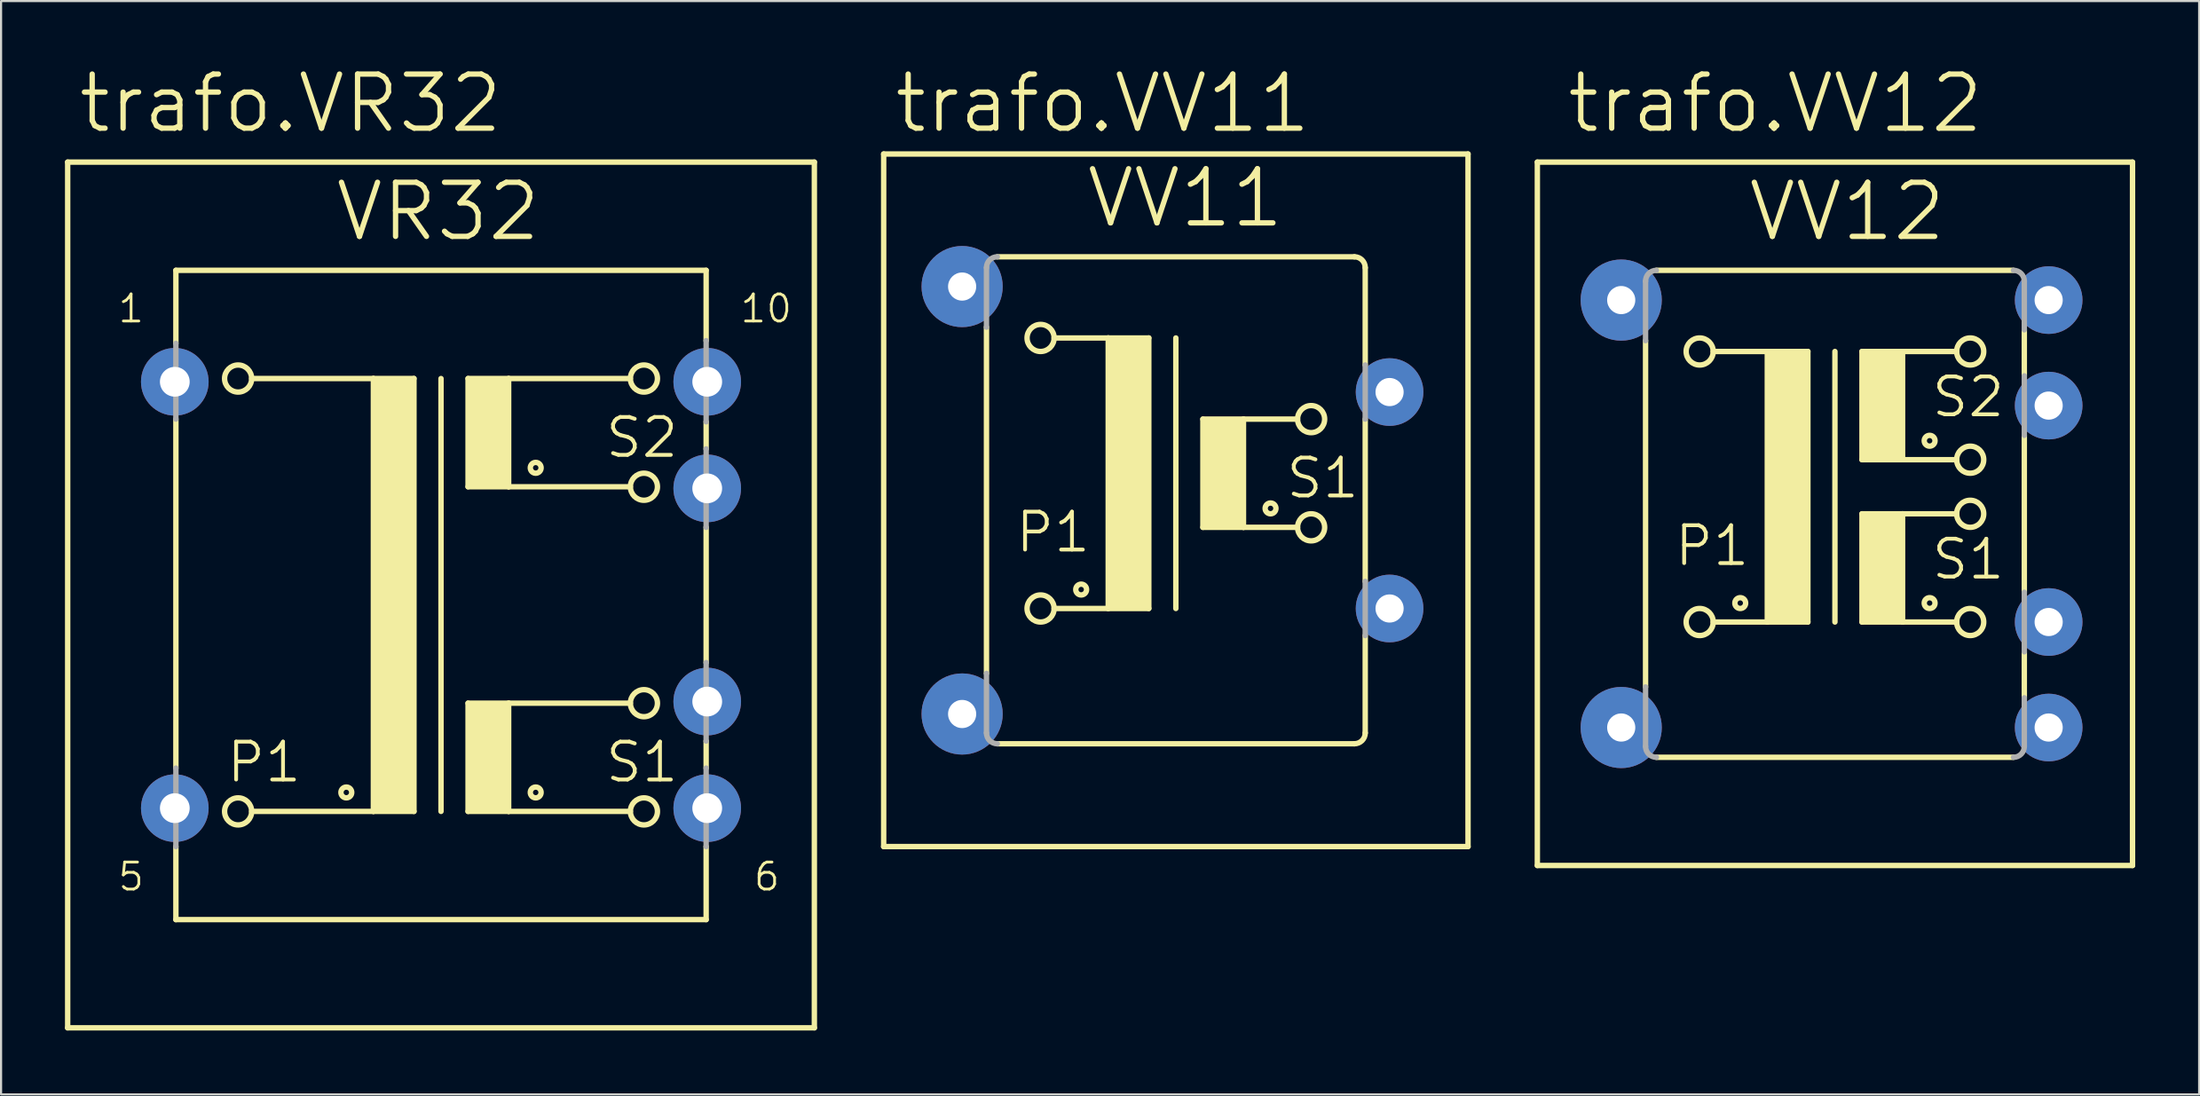
<source format=kicad_pcb>
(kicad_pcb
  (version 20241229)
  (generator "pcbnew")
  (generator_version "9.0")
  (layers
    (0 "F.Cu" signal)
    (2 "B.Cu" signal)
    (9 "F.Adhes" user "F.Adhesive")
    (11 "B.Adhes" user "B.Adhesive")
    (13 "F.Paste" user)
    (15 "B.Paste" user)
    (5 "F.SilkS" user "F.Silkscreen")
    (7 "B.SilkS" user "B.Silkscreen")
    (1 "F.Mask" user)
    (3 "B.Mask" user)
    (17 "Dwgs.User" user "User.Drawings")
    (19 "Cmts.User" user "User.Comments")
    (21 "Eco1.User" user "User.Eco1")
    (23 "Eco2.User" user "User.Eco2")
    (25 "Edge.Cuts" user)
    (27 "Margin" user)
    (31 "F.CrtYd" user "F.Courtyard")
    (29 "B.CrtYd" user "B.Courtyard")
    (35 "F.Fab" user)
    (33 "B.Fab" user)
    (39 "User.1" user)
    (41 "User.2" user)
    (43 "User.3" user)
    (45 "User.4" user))
  (footprint "trafo.VV12"
    (layer "F.Cu")
    (at 83.089 21.07)
    (property "Reference" "trafo.VV12" (at -12.7 -17.78 0) (layer "F.SilkS") (effects (font (size 2.54 2.54) (thickness 0.25)) (justify left bottom)))
    (attr through_hole)
    (fp_line (start -13.97 -16.51) (end 13.97 -16.51) (stroke (width 0.254) (type default)) (layer "F.SilkS"))
    (fp_line (start -13.97 16.51) (end -13.97 -16.51) (stroke (width 0.254) (type default)) (layer "F.SilkS"))
    (fp_line (start -8.89 -8.128) (end -8.89 8.128) (stroke (width 0.254) (type default)) (layer "F.SilkS"))
    (fp_line (start -8.382 11.43) (end 8.382 11.43) (stroke (width 0.254) (type default)) (layer "F.SilkS"))
    (fp_line (start -5.715 -7.62) (end -3.175 -7.62) (stroke (width 0.254) (type default)) (layer "F.SilkS"))
    (fp_line (start -3.175 -7.62) (end -3.175 5.08) (stroke (width 0.254) (type default)) (layer "F.SilkS"))
    (fp_line (start -3.175 -7.62) (end -1.27 -7.62) (stroke (width 0.254) (type default)) (layer "F.SilkS"))
    (fp_line (start -3.175 5.08) (end -5.715 5.08) (stroke (width 0.254) (type default)) (layer "F.SilkS"))
    (fp_line (start -1.27 -7.62) (end -1.27 5.08) (stroke (width 0.254) (type default)) (layer "F.SilkS"))
    (fp_line (start -1.27 5.08) (end -3.175 5.08) (stroke (width 0.254) (type default)) (layer "F.SilkS"))
    (fp_line (start 0 -7.62) (end 0 5.08) (stroke (width 0.254) (type default)) (layer "F.SilkS"))
    (fp_line (start 1.27 -7.62) (end 1.27 -2.54) (stroke (width 0.254) (type default)) (layer "F.SilkS"))
    (fp_line (start 1.27 -7.62) (end 3.175 -7.62) (stroke (width 0.254) (type default)) (layer "F.SilkS"))
    (fp_line (start 1.27 -2.54) (end 3.175 -2.54) (stroke (width 0.254) (type default)) (layer "F.SilkS"))
    (fp_line (start 1.27 0) (end 1.27 5.08) (stroke (width 0.254) (type default)) (layer "F.SilkS"))
    (fp_line (start 1.27 0) (end 3.175 0) (stroke (width 0.254) (type default)) (layer "F.SilkS"))
    (fp_line (start 1.27 5.08) (end 3.175 5.08) (stroke (width 0.254) (type default)) (layer "F.SilkS"))
    (fp_line (start 3.175 -7.62) (end 5.715 -7.62) (stroke (width 0.254) (type default)) (layer "F.SilkS"))
    (fp_line (start 3.175 -2.54) (end 3.175 -7.62) (stroke (width 0.254) (type default)) (layer "F.SilkS"))
    (fp_line (start 3.175 -2.54) (end 5.715 -2.54) (stroke (width 0.254) (type default)) (layer "F.SilkS"))
    (fp_line (start 3.175 0) (end 5.715 0) (stroke (width 0.254) (type default)) (layer "F.SilkS"))
    (fp_line (start 3.175 5.08) (end 3.175 0) (stroke (width 0.254) (type default)) (layer "F.SilkS"))
    (fp_line (start 3.175 5.08) (end 5.715 5.08) (stroke (width 0.254) (type default)) (layer "F.SilkS"))
    (fp_line (start 8.382 -11.43) (end -8.382 -11.43) (stroke (width 0.254) (type default)) (layer "F.SilkS"))
    (fp_line (start 8.89 -8.636) (end 8.89 -6.477) (stroke (width 0.254) (type default)) (layer "F.SilkS"))
    (fp_line (start 8.89 3.683) (end 8.89 -3.683) (stroke (width 0.254) (type default)) (layer "F.SilkS"))
    (fp_line (start 8.89 6.477) (end 8.89 8.636) (stroke (width 0.254) (type default)) (layer "F.SilkS"))
    (fp_line (start 13.97 16.51) (end -13.97 16.51) (stroke (width 0.254) (type default)) (layer "F.SilkS"))
    (fp_line (start 13.97 16.51) (end 13.97 -16.51) (stroke (width 0.254) (type default)) (layer "F.SilkS"))
    (fp_rect (start -3.175 5.08) (end -1.27 -7.62) (stroke (width 0.05) (type default)) (fill yes) (layer "F.SilkS"))
    (fp_rect (start 1.27 -2.54) (end 3.175 -7.62) (stroke (width 0.05) (type default)) (fill yes) (layer "F.SilkS"))
    (fp_rect (start 1.27 5.08) (end 3.175 0) (stroke (width 0.05) (type default)) (fill yes) (layer "F.SilkS"))
    (fp_circle (center -6.35 -7.62) (end -5.715 -7.62) (stroke (width 0.254) (type default)) (fill no) (layer "F.SilkS"))
    (fp_circle (center -6.35 5.08) (end -5.715 5.08) (stroke (width 0.254) (type default)) (fill no) (layer "F.SilkS"))
    (fp_circle (center -4.445 4.191) (end -4.191 4.191) (stroke (width 0.254) (type default)) (fill no) (layer "F.SilkS"))
    (fp_circle (center 4.445 -3.429) (end 4.699 -3.429) (stroke (width 0.254) (type default)) (fill no) (layer "F.SilkS"))
    (fp_circle (center 4.445 4.191) (end 4.699 4.191) (stroke (width 0.254) (type default)) (fill no) (layer "F.SilkS"))
    (fp_circle (center 6.35 -7.62) (end 6.985 -7.62) (stroke (width 0.254) (type default)) (fill no) (layer "F.SilkS"))
    (fp_circle (center 6.35 -2.54) (end 6.985 -2.54) (stroke (width 0.254) (type default)) (fill no) (layer "F.SilkS"))
    (fp_circle (center 6.35 0) (end 6.985 0) (stroke (width 0.254) (type default)) (fill no) (layer "F.SilkS"))
    (fp_circle (center 6.35 5.08) (end 6.985 5.08) (stroke (width 0.254) (type default)) (fill no) (layer "F.SilkS"))
    (fp_line (start -8.89 -10.922) (end -8.89 -8.128) (stroke (width 0.254) (type default)) (layer "F.Fab"))
    (fp_line (start -8.89 10.922) (end -8.89 8.128) (stroke (width 0.254) (type default)) (layer "F.Fab"))
    (fp_line (start 8.89 -10.922) (end 8.89 -8.636) (stroke (width 0.254) (type default)) (layer "F.Fab"))
    (fp_line (start 8.89 -6.477) (end 8.89 -3.683) (stroke (width 0.254) (type default)) (layer "F.Fab"))
    (fp_line (start 8.89 3.683) (end 8.89 6.477) (stroke (width 0.254) (type default)) (layer "F.Fab"))
    (fp_line (start 8.89 8.636) (end 8.89 10.922) (stroke (width 0.254) (type default)) (layer "F.Fab"))
    (fp_arc (start -8.89 -10.922) (mid -8.74121 -11.28121) (end -8.382 -11.43) (stroke (width 0.254) (type default)) (layer "F.Fab"))
    (fp_arc (start -8.382 11.43) (mid -8.74121 11.28121) (end -8.89 10.922) (stroke (width 0.254) (type default)) (layer "F.Fab"))
    (fp_arc (start 8.382 -11.43) (mid 8.74121 -11.28121) (end 8.89 -10.922) (stroke (width 0.254) (type default)) (layer "F.Fab"))
    (fp_arc (start 8.89 10.922) (mid 8.74121 11.28121) (end 8.382 11.43) (stroke (width 0.254) (type default)) (layer "F.Fab"))
    (fp_text user "S1" (at 4.445 3.175 0) (layer "F.SilkS") (effects (font (size 1.778 1.778) (thickness 0.18)) (justify left bottom)))
    (fp_text user "S2" (at 4.445 -4.445 0) (layer "F.SilkS") (effects (font (size 1.778 1.778) (thickness 0.18)) (justify left bottom)))
    (fp_text user "P1" (at -7.62 2.54 0) (layer "F.SilkS") (effects (font (size 1.778 1.778) (thickness 0.18)) (justify left bottom)))
    (fp_text user "VV12" (at -4.191 -12.7 0) (layer "F.SilkS") (effects (font (size 2.54 2.54) (thickness 0.25)) (justify left bottom)))
    (pad "1" thru_hole circle (at -10.033 -10.033) (size 3.81 3.81) (drill 1.321) (layers "*.Cu" "*.Mask"))
    (pad "5" thru_hole circle (at -10.033 10.033) (size 3.81 3.81) (drill 1.321) (layers "*.Cu" "*.Mask"))
    (pad "6" thru_hole circle (at 10.033 10.033) (size 3.175 3.175) (drill 1.321) (layers "*.Cu" "*.Mask"))
    (pad "7" thru_hole circle (at 10.033 5.08) (size 3.175 3.175) (drill 1.321) (layers "*.Cu" "*.Mask"))
    (pad "9" thru_hole circle (at 10.033 -5.08) (size 3.175 3.175) (drill 1.321) (layers "*.Cu" "*.Mask"))
    (pad "10" thru_hole circle (at 10.033 -10.033) (size 3.175 3.175) (drill 1.321) (layers "*.Cu" "*.Mask")))
  (footprint "trafo.VV11"
    (layer "F.Cu")
    (at 52.149 20.435)
    (property "Reference" "trafo.VV11" (at -13.335 -17.145 0) (layer "F.SilkS") (effects (font (size 2.54 2.54) (thickness 0.25)) (justify left bottom)))
    (attr through_hole)
    (fp_line (start -13.716 16.256) (end -13.716 -16.256) (stroke (width 0.254) (type default)) (layer "F.SilkS"))
    (fp_line (start -8.89 -8.128) (end -8.89 8.128) (stroke (width 0.254) (type default)) (layer "F.SilkS"))
    (fp_line (start -8.382 11.43) (end 8.382 11.43) (stroke (width 0.254) (type default)) (layer "F.SilkS"))
    (fp_line (start -5.715 -7.62) (end -3.175 -7.62) (stroke (width 0.254) (type default)) (layer "F.SilkS"))
    (fp_line (start -3.175 -7.62) (end -3.175 5.08) (stroke (width 0.254) (type default)) (layer "F.SilkS"))
    (fp_line (start -3.175 -7.62) (end -1.27 -7.62) (stroke (width 0.254) (type default)) (layer "F.SilkS"))
    (fp_line (start -3.175 5.08) (end -5.715 5.08) (stroke (width 0.254) (type default)) (layer "F.SilkS"))
    (fp_line (start -1.27 -7.62) (end -1.27 5.08) (stroke (width 0.254) (type default)) (layer "F.SilkS"))
    (fp_line (start -1.27 5.08) (end -3.175 5.08) (stroke (width 0.254) (type default)) (layer "F.SilkS"))
    (fp_line (start 0 -7.62) (end 0 5.08) (stroke (width 0.254) (type default)) (layer "F.SilkS"))
    (fp_line (start 1.27 -3.81) (end 1.27 1.27) (stroke (width 0.254) (type default)) (layer "F.SilkS"))
    (fp_line (start 1.27 -3.81) (end 3.175 -3.81) (stroke (width 0.254) (type default)) (layer "F.SilkS"))
    (fp_line (start 1.27 1.27) (end 3.175 1.27) (stroke (width 0.254) (type default)) (layer "F.SilkS"))
    (fp_line (start 3.175 -3.81) (end 5.715 -3.81) (stroke (width 0.254) (type default)) (layer "F.SilkS"))
    (fp_line (start 3.175 1.27) (end 3.175 -3.81) (stroke (width 0.254) (type default)) (layer "F.SilkS"))
    (fp_line (start 3.175 1.27) (end 5.715 1.27) (stroke (width 0.254) (type default)) (layer "F.SilkS"))
    (fp_line (start 8.382 -11.43) (end -8.382 -11.43) (stroke (width 0.254) (type default)) (layer "F.SilkS"))
    (fp_line (start 8.89 -10.922) (end 8.89 -6.35) (stroke (width 0.254) (type default)) (layer "F.SilkS"))
    (fp_line (start 8.89 3.81) (end 8.89 -3.81) (stroke (width 0.254) (type default)) (layer "F.SilkS"))
    (fp_line (start 8.89 6.35) (end 8.89 10.922) (stroke (width 0.254) (type default)) (layer "F.SilkS"))
    (fp_line (start 13.716 -16.256) (end -13.716 -16.256) (stroke (width 0.254) (type default)) (layer "F.SilkS"))
    (fp_line (start 13.716 16.256) (end -13.716 16.256) (stroke (width 0.254) (type default)) (layer "F.SilkS"))
    (fp_line (start 13.716 16.256) (end 13.716 -16.256) (stroke (width 0.254) (type default)) (layer "F.SilkS"))
    (fp_rect (start -3.175 5.08) (end -1.27 -7.62) (stroke (width 0.05) (type default)) (fill yes) (layer "F.SilkS"))
    (fp_rect (start 1.27 1.27) (end 3.175 -3.81) (stroke (width 0.05) (type default)) (fill yes) (layer "F.SilkS"))
    (fp_arc (start 8.382 -11.43) (mid 8.74121 -11.28121) (end 8.89 -10.922) (stroke (width 0.254) (type default)) (layer "F.SilkS"))
    (fp_arc (start 8.89 10.922) (mid 8.74121 11.28121) (end 8.382 11.43) (stroke (width 0.254) (type default)) (layer "F.SilkS"))
    (fp_circle (center -6.35 -7.62) (end -5.715 -7.62) (stroke (width 0.254) (type default)) (fill no) (layer "F.SilkS"))
    (fp_circle (center -6.35 5.08) (end -5.715 5.08) (stroke (width 0.254) (type default)) (fill no) (layer "F.SilkS"))
    (fp_circle (center -4.445 4.191) (end -4.191 4.191) (stroke (width 0.254) (type default)) (fill no) (layer "F.SilkS"))
    (fp_circle (center 4.445 0.381) (end 4.699 0.381) (stroke (width 0.254) (type default)) (fill no) (layer "F.SilkS"))
    (fp_circle (center 6.35 -3.81) (end 6.985 -3.81) (stroke (width 0.254) (type default)) (fill no) (layer "F.SilkS"))
    (fp_circle (center 6.35 1.27) (end 6.985 1.27) (stroke (width 0.254) (type default)) (fill no) (layer "F.SilkS"))
    (fp_line (start -8.89 -10.922) (end -8.89 -8.128) (stroke (width 0.254) (type default)) (layer "F.Fab"))
    (fp_line (start -8.89 10.922) (end -8.89 8.128) (stroke (width 0.254) (type default)) (layer "F.Fab"))
    (fp_line (start 8.89 -6.35) (end 8.89 -3.81) (stroke (width 0.254) (type default)) (layer "F.Fab"))
    (fp_line (start 8.89 3.81) (end 8.89 6.35) (stroke (width 0.254) (type default)) (layer "F.Fab"))
    (fp_arc (start -8.89 -10.922) (mid -8.74121 -11.28121) (end -8.382 -11.43) (stroke (width 0.254) (type default)) (layer "F.Fab"))
    (fp_arc (start -8.382 11.43) (mid -8.74121 11.28121) (end -8.89 10.922) (stroke (width 0.254) (type default)) (layer "F.Fab"))
    (fp_text user "VV11" (at -4.318 -12.7 0) (layer "F.SilkS") (effects (font (size 2.54 2.54) (thickness 0.25)) (justify left bottom)))
    (fp_text user "P1" (at -7.62 2.54 0) (layer "F.SilkS") (effects (font (size 1.778 1.778) (thickness 0.18)) (justify left bottom)))
    (fp_text user "S1" (at 5.08 0 0) (layer "F.SilkS") (effects (font (size 1.778 1.778) (thickness 0.18)) (justify left bottom)))
    (pad "1" thru_hole circle (at -10.033 -10.033) (size 3.81 3.81) (drill 1.321) (layers "*.Cu" "*.Mask"))
    (pad "5" thru_hole circle (at -10.033 10.033) (size 3.81 3.81) (drill 1.321) (layers "*.Cu" "*.Mask"))
    (pad "7" thru_hole circle (at 10.033 5.08) (size 3.175 3.175) (drill 1.321) (layers "*.Cu" "*.Mask"))
    (pad "9" thru_hole circle (at 10.033 -5.08) (size 3.175 3.175) (drill 1.321) (layers "*.Cu" "*.Mask")))
  (footprint "trafo.VR32"
    (layer "F.Cu")
    (at 17.653 24.88)
    (property "Reference" "trafo.VR32" (at -17.145 -21.59 0) (layer "F.SilkS") (effects (font (size 2.54 2.54) (thickness 0.25)) (justify left bottom)))
    (attr through_hole)
    (fp_line (start -17.526 20.32) (end -17.526 -20.32) (stroke (width 0.254) (type default)) (layer "F.SilkS"))
    (fp_line (start -17.526 20.32) (end 17.526 20.32) (stroke (width 0.254) (type default)) (layer "F.SilkS"))
    (fp_line (start -12.446 -15.24) (end -12.446 -11.811) (stroke (width 0.254) (type default)) (layer "F.SilkS"))
    (fp_line (start -12.446 -8.255) (end -12.446 8.128) (stroke (width 0.254) (type default)) (layer "F.SilkS"))
    (fp_line (start -12.446 11.811) (end -12.446 15.24) (stroke (width 0.254) (type default)) (layer "F.SilkS"))
    (fp_line (start -12.446 15.24) (end 12.446 15.24) (stroke (width 0.254) (type default)) (layer "F.SilkS"))
    (fp_line (start -8.89 -10.16) (end -3.175 -10.16) (stroke (width 0.254) (type default)) (layer "F.SilkS"))
    (fp_line (start -3.175 -10.16) (end -3.175 10.16) (stroke (width 0.254) (type default)) (layer "F.SilkS"))
    (fp_line (start -3.175 -10.16) (end -1.27 -10.16) (stroke (width 0.254) (type default)) (layer "F.SilkS"))
    (fp_line (start -3.175 10.16) (end -8.89 10.16) (stroke (width 0.254) (type default)) (layer "F.SilkS"))
    (fp_line (start -1.27 -10.16) (end -1.27 10.16) (stroke (width 0.254) (type default)) (layer "F.SilkS"))
    (fp_line (start -1.27 10.16) (end -3.175 10.16) (stroke (width 0.254) (type default)) (layer "F.SilkS"))
    (fp_line (start 0 -10.16) (end 0 10.16) (stroke (width 0.254) (type default)) (layer "F.SilkS"))
    (fp_line (start 1.27 -10.16) (end 1.27 -5.08) (stroke (width 0.254) (type default)) (layer "F.SilkS"))
    (fp_line (start 1.27 -10.16) (end 3.175 -10.16) (stroke (width 0.254) (type default)) (layer "F.SilkS"))
    (fp_line (start 1.27 -5.08) (end 3.175 -5.08) (stroke (width 0.254) (type default)) (layer "F.SilkS"))
    (fp_line (start 1.27 5.08) (end 1.27 10.16) (stroke (width 0.254) (type default)) (layer "F.SilkS"))
    (fp_line (start 1.27 5.08) (end 3.175 5.08) (stroke (width 0.254) (type default)) (layer "F.SilkS"))
    (fp_line (start 1.27 10.16) (end 3.175 10.16) (stroke (width 0.254) (type default)) (layer "F.SilkS"))
    (fp_line (start 3.175 -10.16) (end 8.89 -10.16) (stroke (width 0.254) (type default)) (layer "F.SilkS"))
    (fp_line (start 3.175 -5.08) (end 3.175 -10.16) (stroke (width 0.254) (type default)) (layer "F.SilkS"))
    (fp_line (start 3.175 -5.08) (end 8.89 -5.08) (stroke (width 0.254) (type default)) (layer "F.SilkS"))
    (fp_line (start 3.175 5.08) (end 8.89 5.08) (stroke (width 0.254) (type default)) (layer "F.SilkS"))
    (fp_line (start 3.175 10.16) (end 3.175 5.08) (stroke (width 0.254) (type default)) (layer "F.SilkS"))
    (fp_line (start 3.175 10.16) (end 8.89 10.16) (stroke (width 0.254) (type default)) (layer "F.SilkS"))
    (fp_line (start 12.446 -15.24) (end -12.446 -15.24) (stroke (width 0.254) (type default)) (layer "F.SilkS"))
    (fp_line (start 12.446 -11.938) (end 12.446 -15.24) (stroke (width 0.254) (type default)) (layer "F.SilkS"))
    (fp_line (start 12.446 -6.858) (end 12.446 -8.128) (stroke (width 0.254) (type default)) (layer "F.SilkS"))
    (fp_line (start 12.446 3.175) (end 12.446 -3.175) (stroke (width 0.254) (type default)) (layer "F.SilkS"))
    (fp_line (start 12.446 8.128) (end 12.446 6.858) (stroke (width 0.254) (type default)) (layer "F.SilkS"))
    (fp_line (start 12.446 15.24) (end 12.446 11.811) (stroke (width 0.254) (type default)) (layer "F.SilkS"))
    (fp_line (start 17.526 -20.32) (end -17.526 -20.32) (stroke (width 0.254) (type default)) (layer "F.SilkS"))
    (fp_line (start 17.526 -20.32) (end 17.526 20.32) (stroke (width 0.254) (type default)) (layer "F.SilkS"))
    (fp_rect (start -3.175 10.16) (end -1.27 -10.16) (stroke (width 0.05) (type default)) (fill yes) (layer "F.SilkS"))
    (fp_rect (start 1.27 -5.08) (end 3.175 -10.16) (stroke (width 0.05) (type default)) (fill yes) (layer "F.SilkS"))
    (fp_rect (start 1.27 10.16) (end 3.175 5.08) (stroke (width 0.05) (type default)) (fill yes) (layer "F.SilkS"))
    (fp_circle (center -9.525 -10.16) (end -8.89 -10.16) (stroke (width 0.254) (type default)) (fill no) (layer "F.SilkS"))
    (fp_circle (center -9.525 10.16) (end -8.89 10.16) (stroke (width 0.254) (type default)) (fill no) (layer "F.SilkS"))
    (fp_circle (center -4.445 9.271) (end -4.191 9.271) (stroke (width 0.254) (type default)) (fill no) (layer "F.SilkS"))
    (fp_circle (center 4.445 -5.969) (end 4.699 -5.969) (stroke (width 0.254) (type default)) (fill no) (layer "F.SilkS"))
    (fp_circle (center 4.445 9.271) (end 4.699 9.271) (stroke (width 0.254) (type default)) (fill no) (layer "F.SilkS"))
    (fp_circle (center 9.525 -10.16) (end 10.16 -10.16) (stroke (width 0.254) (type default)) (fill no) (layer "F.SilkS"))
    (fp_circle (center 9.525 -5.08) (end 10.16 -5.08) (stroke (width 0.254) (type default)) (fill no) (layer "F.SilkS"))
    (fp_circle (center 9.525 5.08) (end 10.16 5.08) (stroke (width 0.254) (type default)) (fill no) (layer "F.SilkS"))
    (fp_circle (center 9.525 10.16) (end 10.16 10.16) (stroke (width 0.254) (type default)) (fill no) (layer "F.SilkS"))
    (fp_line (start -12.446 -8.255) (end -12.446 -11.811) (stroke (width 0.254) (type default)) (layer "F.Fab"))
    (fp_line (start -12.446 11.811) (end -12.446 8.128) (stroke (width 0.254) (type default)) (layer "F.Fab"))
    (fp_line (start 12.446 -8.128) (end 12.446 -11.938) (stroke (width 0.254) (type default)) (layer "F.Fab"))
    (fp_line (start 12.446 -3.175) (end 12.446 -6.858) (stroke (width 0.254) (type default)) (layer "F.Fab"))
    (fp_line (start 12.446 6.858) (end 12.446 3.175) (stroke (width 0.254) (type default)) (layer "F.Fab"))
    (fp_line (start 12.446 11.811) (end 12.446 8.128) (stroke (width 0.254) (type default)) (layer "F.Fab"))
    (fp_text user "P1" (at -10.16 8.89 0) (layer "F.SilkS") (effects (font (size 1.778 1.778) (thickness 0.18)) (justify left bottom)))
    (fp_text user "6" (at 14.605 13.97 0) (layer "F.SilkS") (effects (font (size 1.27 1.27) (thickness 0.13)) (justify left bottom)))
    (fp_text user "5" (at -15.24 13.97 0) (layer "F.SilkS") (effects (font (size 1.27 1.27) (thickness 0.13)) (justify left bottom)))
    (fp_text user "S2" (at 7.62 -6.35 0) (layer "F.SilkS") (effects (font (size 1.778 1.778) (thickness 0.18)) (justify left bottom)))
    (fp_text user "10" (at 13.97 -12.7 0) (layer "F.SilkS") (effects (font (size 1.27 1.27) (thickness 0.13)) (justify left bottom)))
    (fp_text user "VR32" (at -5.08 -16.51 0) (layer "F.SilkS") (effects (font (size 2.54 2.54) (thickness 0.25)) (justify left bottom)))
    (fp_text user "S1" (at 7.62 8.89 0) (layer "F.SilkS") (effects (font (size 1.778 1.778) (thickness 0.18)) (justify left bottom)))
    (fp_text user "1" (at -15.24 -12.7 0) (layer "F.SilkS") (effects (font (size 1.27 1.27) (thickness 0.13)) (justify left bottom)))
    (pad "1" thru_hole circle (at -12.497 -10.008) (size 3.175 3.175) (drill 1.397) (layers "*.Cu" "*.Mask"))
    (pad "5" thru_hole circle (at -12.497 10.008) (size 3.175 3.175) (drill 1.397) (layers "*.Cu" "*.Mask"))
    (pad "6" thru_hole circle (at 12.497 10.008) (size 3.175 3.175) (drill 1.397) (layers "*.Cu" "*.Mask"))
    (pad "7" thru_hole circle (at 12.497 5.004) (size 3.175 3.175) (drill 1.397) (layers "*.Cu" "*.Mask"))
    (pad "9" thru_hole circle (at 12.497 -5.004) (size 3.175 3.175) (drill 1.397) (layers "*.Cu" "*.Mask"))
    (pad "10" thru_hole circle (at 12.497 -10.008) (size 3.175 3.175) (drill 1.397) (layers "*.Cu" "*.Mask")))
  (gr_rect
    (start -3 -3)
    (end 100.186 48.327)
    (stroke (width 0.1) (type default))
    (fill no)
    (layer "Edge.Cuts")))
</source>
